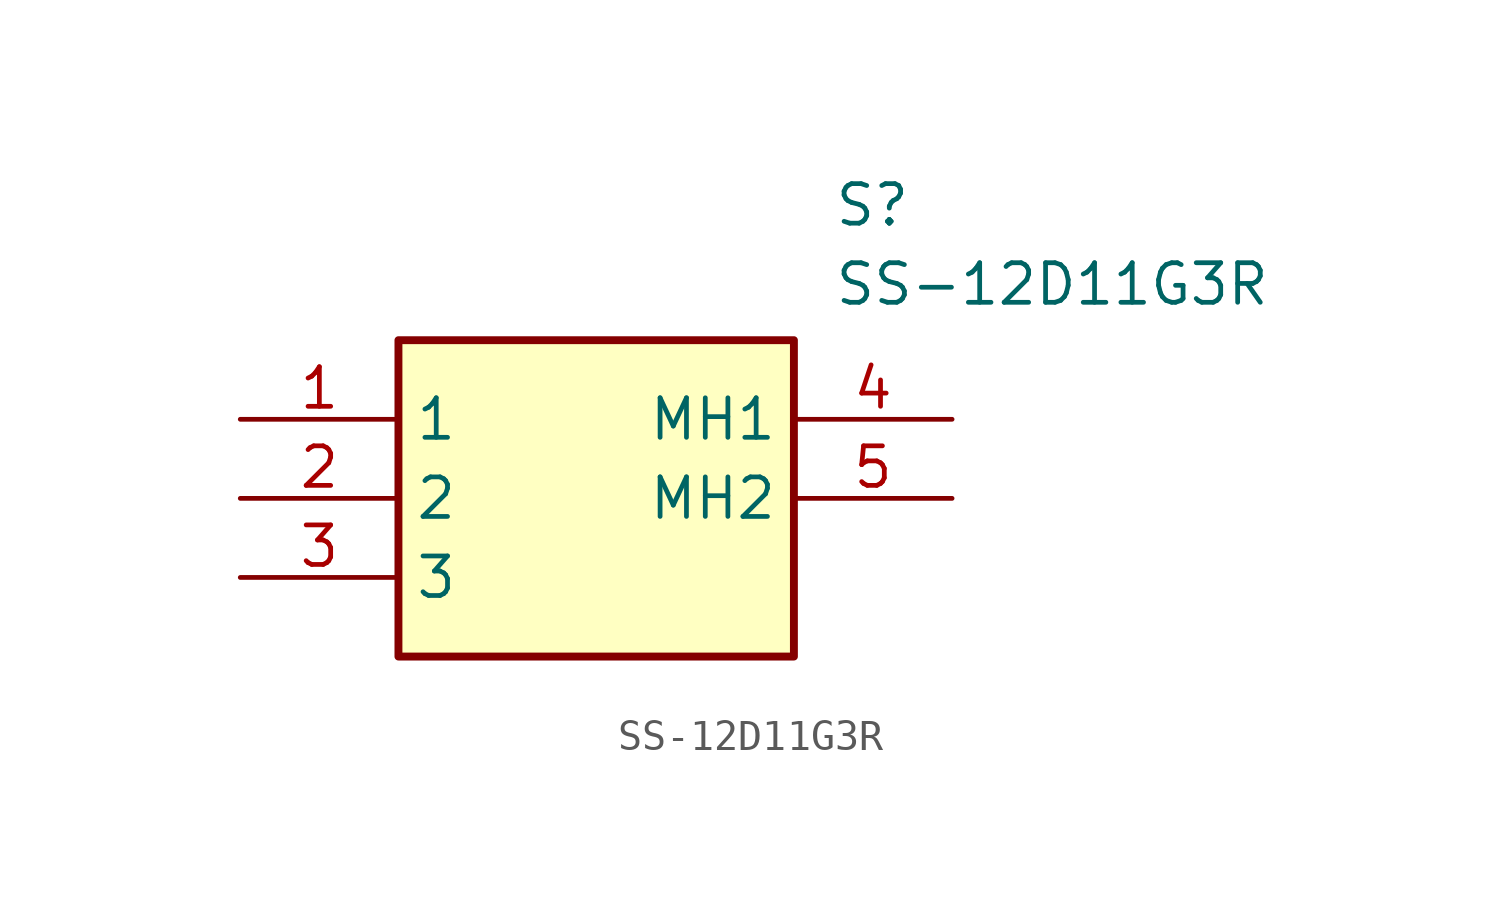
<source format=kicad_sym>
(kicad_symbol_lib
  (version 20211014)
  (generator SamacSys_ECAD_Model)
  (symbol "SS-12D11G3R"
    (property "Reference" "S"
      (at 19.05 7.62 0)
      (effects (font (size 1.27 1.27)) (justify left top)))
    (property "Value" "SS-12D11G3R"
      (at 19.05 5.08 0)
      (effects (font (size 1.27 1.27)) (justify left top)))
    (rectangle
      (start 5.08 2.54)
      (end 17.78 -7.62)
      (stroke (width 0.254) (type default))
      (fill (type background)))
    (pin passive line
      (at 0 0 0)
      (length 5.08)
      (name "1" (effects (font (size 1.27 1.27))))
      (number "1" (effects (font (size 1.27 1.27)))))
    (pin passive line
      (at 0 -2.54 0)
      (length 5.08)
      (name "2" (effects (font (size 1.27 1.27))))
      (number "2" (effects (font (size 1.27 1.27)))))
    (pin passive line
      (at 0 -5.08 0)
      (length 5.08)
      (name "3" (effects (font (size 1.27 1.27))))
      (number "3" (effects (font (size 1.27 1.27)))))
    (pin passive line
      (at 22.86 0 180)
      (length 5.08)
      (name "MH1" (effects (font (size 1.27 1.27))))
      (number "4" (effects (font (size 1.27 1.27)))))
    (pin passive line
      (at 22.86 -2.54 180)
      (length 5.08)
      (name "MH2" (effects (font (size 1.27 1.27))))
      (number "5" (effects (font (size 1.27 1.27)))))))
</source>
